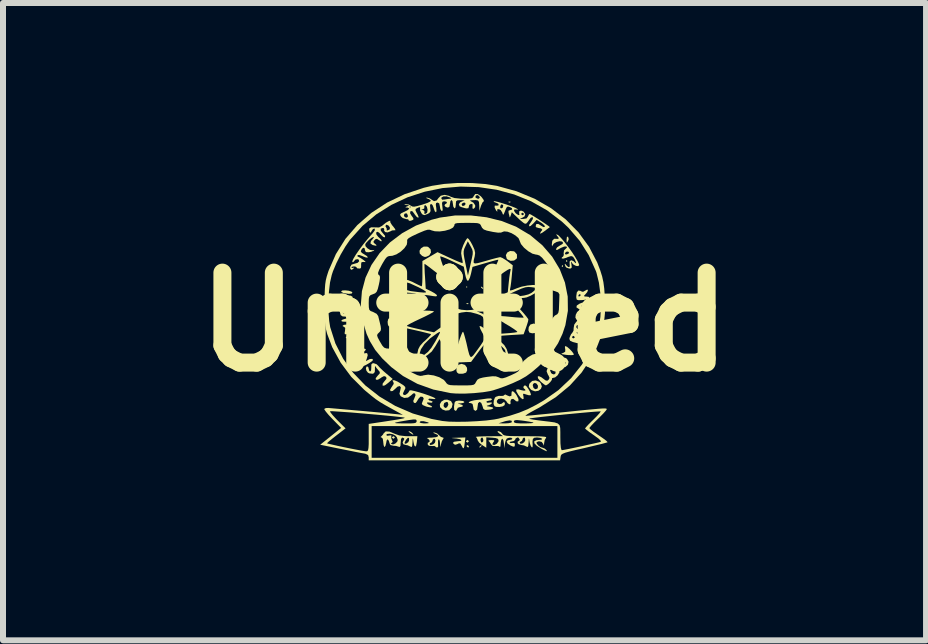
<source format=kicad_pcb>
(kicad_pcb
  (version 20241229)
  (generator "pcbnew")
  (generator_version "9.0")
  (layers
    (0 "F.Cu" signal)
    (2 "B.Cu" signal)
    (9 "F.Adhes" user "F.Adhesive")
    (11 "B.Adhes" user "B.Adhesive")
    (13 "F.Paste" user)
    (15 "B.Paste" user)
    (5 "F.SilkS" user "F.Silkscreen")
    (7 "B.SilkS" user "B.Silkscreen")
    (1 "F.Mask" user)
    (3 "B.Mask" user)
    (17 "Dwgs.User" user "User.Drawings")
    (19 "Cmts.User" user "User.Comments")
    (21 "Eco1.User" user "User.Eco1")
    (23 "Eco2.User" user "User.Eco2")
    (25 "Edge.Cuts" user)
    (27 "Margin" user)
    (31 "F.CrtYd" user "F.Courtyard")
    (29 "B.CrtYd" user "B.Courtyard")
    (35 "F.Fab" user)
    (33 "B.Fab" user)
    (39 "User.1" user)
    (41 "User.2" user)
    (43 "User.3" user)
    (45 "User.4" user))
  (footprint "Untitled"
    (layer "F.Cu")
    (at 4.693 2.316)
    (property "Reference" "Untitled" (at 0 0 0) (layer "F.SilkS") (effects (font (size 1.5 1.5) (thickness 0.3))))
    (attr board_only exclude_from_pos_files exclude_from_bom)
    (fp_poly (pts (xy 0.048 -0.582) (xy 0.036 -0.572) (xy 0.024 -0.582) (xy 0.036 -0.593)) (stroke (width 0) (type solid)) (fill yes) (layer "F.SilkS"))
    (fp_poly (pts (xy 0.363 -0.54) (xy 0.351 -0.529) (xy 0.339 -0.54) (xy 0.351 -0.55)) (stroke (width 0) (type solid)) (fill yes) (layer "F.SilkS"))
    (fp_poly (pts (xy 0.363 -0.243) (xy 0.351 -0.233) (xy 0.339 -0.243) (xy 0.351 -0.254)) (stroke (width 0) (type solid)) (fill yes) (layer "F.SilkS"))
    (fp_poly (pts (xy 0.065 -0.31) (xy 0.061 -0.298) (xy 0.048 -0.296) (xy 0.028 -0.304) (xy 0.032 -0.31) (xy 0.061 -0.313)) (stroke (width 0) (type solid)) (fill yes) (layer "F.SilkS"))
    (fp_poly (pts (xy 0.306 -0.289) (xy 0.309 -0.264) (xy 0.306 -0.261) (xy 0.292 -0.264) (xy 0.29 -0.275) (xy 0.299 -0.293)) (stroke (width 0) (type solid)) (fill yes) (layer "F.SilkS"))
    (fp_poly (pts (xy 0.766 -2.004) (xy 0.763 -1.991) (xy 0.75 -1.99) (xy 0.73 -1.997) (xy 0.734 -2.004) (xy 0.762 -2.006)) (stroke (width 0) (type solid)) (fill yes) (layer "F.SilkS"))
    (fp_poly (pts (xy 1.637 -0.945) (xy 1.64 -0.92) (xy 1.637 -0.917) (xy 1.623 -0.92) (xy 1.621 -0.931) (xy 1.63 -0.949)) (stroke (width 0) (type solid)) (fill yes) (layer "F.SilkS"))
    (fp_poly (pts (xy 1.709 -1.03) (xy 1.712 -1.005) (xy 1.709 -1.002) (xy 1.695 -1.005) (xy 1.693 -1.016) (xy 1.702 -1.033)) (stroke (width 0) (type solid)) (fill yes) (layer "F.SilkS"))
    (fp_poly (pts (xy -0.891 1.835) (xy -0.871 1.852) (xy -0.85 1.879) (xy -0.864 1.877) (xy -0.906 1.851) (xy -0.932 1.828) (xy -0.927 1.82)) (stroke (width 0) (type solid)) (fill yes) (layer "F.SilkS"))
    (fp_poly (pts (xy -0.18 -0.303) (xy -0.184 -0.287) (xy -0.204 -0.257) (xy -0.216 -0.262) (xy -0.218 -0.274) (xy -0.2 -0.303) (xy -0.194 -0.307)) (stroke (width 0) (type solid)) (fill yes) (layer "F.SilkS"))
    (fp_poly (pts (xy 0.287 -0.584) (xy 0.312 -0.564) (xy 0.314 -0.56) (xy 0.303 -0.551) (xy 0.279 -0.57) (xy 0.276 -0.575) (xy 0.273 -0.589)) (stroke (width 0) (type solid)) (fill yes) (layer "F.SilkS"))
    (fp_poly (pts (xy -1.162 1.921) (xy -1.161 1.926) (xy -1.18 1.947) (xy -1.185 1.947) (xy -1.209 1.931) (xy -1.21 1.926) (xy -1.191 1.906) (xy -1.185 1.905)) (stroke (width 0) (type solid)) (fill yes) (layer "F.SilkS"))
    (fp_poly (pts (xy -0.177 -0.579) (xy -0.181 -0.572) (xy -0.204 -0.551) (xy -0.208 -0.55) (xy -0.21 -0.564) (xy -0.206 -0.572) (xy -0.183 -0.592) (xy -0.179 -0.593)) (stroke (width 0) (type solid)) (fill yes) (layer "F.SilkS"))
    (fp_poly (pts (xy 0.072 2.069) (xy 0.073 2.074) (xy 0.064 2.095) (xy 0.062 2.095) (xy 0.041 2.081) (xy 0.036 2.074) (xy 0.038 2.055) (xy 0.047 2.053)) (stroke (width 0) (type solid)) (fill yes) (layer "F.SilkS"))
    (fp_poly (pts (xy 0.072 1.985) (xy 0.073 1.99) (xy 0.054 2.01) (xy 0.048 2.011) (xy 0.025 1.995) (xy 0.024 1.99) (xy 0.043 1.969) (xy 0.048 1.968)) (stroke (width 0) (type solid)) (fill yes) (layer "F.SilkS"))
    (fp_poly (pts (xy 0.283 2.067) (xy 0.278 2.074) (xy 0.255 2.095) (xy 0.251 2.095) (xy 0.249 2.082) (xy 0.254 2.074) (xy 0.277 2.054) (xy 0.281 2.053)) (stroke (width 0) (type solid)) (fill yes) (layer "F.SilkS"))
    (fp_poly (pts (xy 1.726 -1.42) (xy 1.737 -1.381) (xy 1.726 -1.351) (xy 1.709 -1.323) (xy 1.703 -1.329) (xy 1.701 -1.372) (xy 1.707 -1.417) (xy 1.724 -1.421)) (stroke (width 0) (type solid)) (fill yes) (layer "F.SilkS"))
    (fp_poly (pts (xy 0.42 -0.426) (xy 0.403 -0.385) (xy 0.378 -0.35) (xy 0.359 -0.339) (xy 0.339 -0.346) (xy 0.339 -0.347) (xy 0.35 -0.376) (xy 0.374 -0.414) (xy 0.401 -0.444) (xy 0.418 -0.453)) (stroke (width 0) (type solid)) (fill yes) (layer "F.SilkS"))
    (fp_poly (pts (xy -1.932 -0.52) (xy -1.886 -0.506) (xy -1.869 -0.492) (xy -1.88 -0.473) (xy -1.928 -0.468) (xy -2 -0.477) (xy -2.014 -0.48) (xy -2.05 -0.498) (xy -2.056 -0.511) (xy -2.036 -0.524) (xy -1.989 -0.526)) (stroke (width 0) (type solid)) (fill yes) (layer "F.SilkS"))
    (fp_poly (pts (xy -0.292 -0.427) (xy -0.281 -0.407) (xy -0.26 -0.361) (xy -0.252 -0.344) (xy -0.252 -0.32) (xy -0.26 -0.318) (xy -0.285 -0.335) (xy -0.311 -0.371) (xy -0.334 -0.419) (xy -0.335 -0.44) (xy -0.317 -0.445)) (stroke (width 0) (type solid)) (fill yes) (layer "F.SilkS"))
    (fp_poly (pts (xy -1.85 -0.054) (xy -1.844 -0.037) (xy -1.87 -0.021) (xy -1.922 -0.009) (xy -1.982 -0.003) (xy -2.033 -0.005) (xy -2.056 -0.016) (xy -2.056 -0.017) (xy -2.034 -0.038) (xy -1.979 -0.055) (xy -1.905 -0.063) (xy -1.891 -0.063)) (stroke (width 0) (type solid)) (fill yes) (layer "F.SilkS"))
    (fp_poly (pts (xy -1.645 0.454) (xy -1.655 0.478) (xy -1.696 0.508) (xy -1.716 0.518) (xy -1.791 0.546) (xy -1.831 0.545) (xy -1.838 0.53) (xy -1.819 0.508) (xy -1.773 0.48) (xy -1.718 0.456) (xy -1.673 0.445) (xy -1.67 0.445)) (stroke (width 0) (type solid)) (fill yes) (layer "F.SilkS"))
    (fp_poly (pts (xy 0.008 0.717) (xy 0.041 0.763) (xy 0.044 0.808) (xy 0.026 0.845) (xy -0.022 0.862) (xy -0.042 0.864) (xy -0.098 0.863) (xy -0.125 0.842) (xy -0.135 0.816) (xy -0.134 0.756) (xy -0.1 0.713) (xy -0.048 0.699)) (stroke (width 0) (type solid)) (fill yes) (layer "F.SilkS"))
    (fp_poly (pts (xy 0.818 -1.178) (xy 0.837 -1.169) (xy 0.874 -1.125) (xy 0.874 -1.068) (xy 0.867 -1.053) (xy 0.826 -1.023) (xy 0.769 -1.018) (xy 0.717 -1.04) (xy 0.702 -1.058) (xy 0.689 -1.113) (xy 0.712 -1.157) (xy 0.759 -1.182)) (stroke (width 0) (type solid)) (fill yes) (layer "F.SilkS"))
    (fp_poly (pts (xy -0.605 -1.249) (xy -0.566 -1.211) (xy -0.559 -1.159) (xy -0.584 -1.114) (xy -0.603 -1.101) (xy -0.644 -1.084) (xy -0.672 -1.085) (xy -0.708 -1.102) (xy -0.746 -1.14) (xy -0.75 -1.186) (xy -0.726 -1.227) (xy -0.681 -1.255) (xy -0.625 -1.256)) (stroke (width 0) (type solid)) (fill yes) (layer "F.SilkS"))
    (fp_poly (pts (xy 1.202 0.041) (xy 1.239 0.076) (xy 1.251 0.121) (xy 1.233 0.16) (xy 1.188 0.183) (xy 1.129 0.19) (xy 1.083 0.178) (xy 1.081 0.176) (xy 1.065 0.138) (xy 1.071 0.086) (xy 1.097 0.045) (xy 1.1 0.043) (xy 1.152 0.027)) (stroke (width 0) (type solid)) (fill yes) (layer "F.SilkS"))
    (fp_poly (pts (xy -1.155 -0.075) (xy -1.108 -0.047) (xy -1.088 -0.003) (xy -1.104 0.045) (xy -1.118 0.059) (xy -1.164 0.079) (xy -1.222 0.084) (xy -1.266 0.071) (xy -1.266 0.071) (xy -1.278 0.041) (xy -1.282 -0.003) (xy -1.271 -0.051) (xy -1.229 -0.074) (xy -1.221 -0.076)) (stroke (width 0) (type solid)) (fill yes) (layer "F.SilkS"))
    (fp_poly (pts (xy 1.71 0.416) (xy 1.75 0.45) (xy 1.79 0.492) (xy 1.817 0.529) (xy 1.821 0.549) (xy 1.788 0.554) (xy 1.725 0.552) (xy 1.693 0.549) (xy 1.631 0.539) (xy 1.612 0.531) (xy 1.632 0.521) (xy 1.639 0.519) (xy 1.678 0.497) (xy 1.68 0.457) (xy 1.678 0.453) (xy 1.673 0.415) (xy 1.681 0.402)) (stroke (width 0) (type solid)) (fill yes) (layer "F.SilkS"))
    (fp_poly (pts (xy -0.023 1.319) (xy -0.001 1.335) (xy -0.019 1.35) (xy -0.067 1.358) (xy -0.108 1.36) (xy -0.104 1.365) (xy -0.079 1.37) (xy -0.034 1.386) (xy -0.028 1.406) (xy -0.061 1.418) (xy -0.073 1.418) (xy -0.112 1.431) (xy -0.121 1.45) (xy -0.138 1.478) (xy -0.152 1.482) (xy -0.172 1.465) (xy -0.175 1.414) (xy -0.173 1.397) (xy -0.165 1.343) (xy -0.145 1.319) (xy -0.101 1.312) (xy -0.082 1.312)) (stroke (width 0) (type solid)) (fill yes) (layer "F.SilkS"))
    (fp_poly (pts (xy -0.225 1.32) (xy -0.199 1.368) (xy -0.212 1.427) (xy -0.256 1.472) (xy -0.317 1.478) (xy -0.369 1.459) (xy -0.408 1.42) (xy -0.41 1.392) (xy -0.35 1.392) (xy -0.344 1.414) (xy -0.321 1.435) (xy -0.292 1.423) (xy -0.272 1.385) (xy -0.27 1.379) (xy -0.277 1.341) (xy -0.299 1.333) (xy -0.338 1.351) (xy -0.35 1.392) (xy -0.41 1.392) (xy -0.411 1.372) (xy -0.385 1.327) (xy -0.337 1.298) (xy -0.288 1.295)) (stroke (width 0) (type solid)) (fill yes) (layer "F.SilkS"))
    (fp_poly (pts (xy 0.005 2.006) (xy -0.004 2.075) (xy -0.014 2.106) (xy -0.028 2.101) (xy -0.046 2.067) (xy -0.069 2.027) (xy -0.093 2.023) (xy -0.108 2.032) (xy -0.149 2.047) (xy -0.168 2.043) (xy -0.194 2.018) (xy -0.176 1.998) (xy -0.121 1.99) (xy -0.121 1.99) (xy -0.064 1.984) (xy -0.05 1.971) (xy -0.075 1.955) (xy -0.135 1.943) (xy -0.151 1.942) (xy -0.204 1.937) (xy -0.215 1.934) (xy -0.182 1.932) (xy -0.12 1.93) (xy 0.014 1.926)) (stroke (width 0) (type solid)) (fill yes) (layer "F.SilkS"))
    (fp_poly (pts (xy -1.895 -0.437) (xy -1.863 -0.416) (xy -1.876 -0.384) (xy -1.917 -0.353) (xy -1.972 -0.32) (xy -1.917 -0.319) (xy -1.869 -0.312) (xy -1.861 -0.3) (xy -1.886 -0.286) (xy -1.938 -0.277) (xy -1.972 -0.275) (xy -2.045 -0.28) (xy -2.077 -0.295) (xy -2.08 -0.305) (xy -2.06 -0.336) (xy -2.032 -0.349) (xy -1.993 -0.368) (xy -1.984 -0.382) (xy -2.004 -0.398) (xy -2.032 -0.402) (xy -2.071 -0.411) (xy -2.08 -0.423) (xy -2.059 -0.436) (xy -2.004 -0.444) (xy -1.972 -0.445)) (stroke (width 0) (type solid)) (fill yes) (layer "F.SilkS"))
    (fp_poly (pts (xy 1.035 1.075) (xy 1.064 1.116) (xy 1.091 1.164) (xy 1.106 1.205) (xy 1.105 1.221) (xy 1.074 1.223) (xy 1.028 1.21) (xy 0.985 1.196) (xy 0.975 1.208) (xy 0.982 1.239) (xy 0.986 1.28) (xy 0.969 1.289) (xy 0.937 1.265) (xy 0.896 1.214) (xy 0.863 1.156) (xy 0.863 1.127) (xy 0.899 1.124) (xy 0.944 1.137) (xy 0.994 1.147) (xy 1.018 1.139) (xy 1.005 1.119) (xy 0.991 1.111) (xy 0.979 1.086) (xy 0.996 1.062) (xy 1.012 1.058)) (stroke (width 0) (type solid)) (fill yes) (layer "F.SilkS"))
    (fp_poly (pts (xy 1.246 0.998) (xy 1.268 1.02) (xy 1.289 1.073) (xy 1.273 1.117) (xy 1.231 1.148) (xy 1.176 1.157) (xy 1.119 1.137) (xy 1.102 1.123) (xy 1.072 1.082) (xy 1.075 1.055) (xy 1.137 1.055) (xy 1.15 1.1) (xy 1.179 1.122) (xy 1.212 1.112) (xy 1.22 1.103) (xy 1.225 1.065) (xy 1.202 1.029) (xy 1.171 1.016) (xy 1.143 1.033) (xy 1.137 1.055) (xy 1.075 1.055) (xy 1.078 1.04) (xy 1.084 1.026) (xy 1.128 0.984) (xy 1.187 0.975)) (stroke (width 0) (type solid)) (fill yes) (layer "F.SilkS"))
    (fp_poly (pts (xy -1.882 -0.249) (xy -1.866 -0.226) (xy -1.867 -0.178) (xy -1.867 -0.175) (xy -1.876 -0.122) (xy -1.899 -0.098) (xy -1.952 -0.09) (xy -1.962 -0.089) (xy -2.03 -0.091) (xy -2.062 -0.112) (xy -2.065 -0.117) (xy -2.076 -0.159) (xy -2.03 -0.159) (xy -2.015 -0.14) (xy -1.975 -0.13) (xy -1.933 -0.145) (xy -1.917 -0.164) (xy -1.929 -0.185) (xy -1.97 -0.191) (xy -2.021 -0.182) (xy -2.03 -0.159) (xy -2.076 -0.159) (xy -2.081 -0.181) (xy -2.059 -0.221) (xy -2.005 -0.241) (xy -1.925 -0.253)) (stroke (width 0) (type solid)) (fill yes) (layer "F.SilkS"))
    (fp_poly (pts (xy -1.78 0.2) (xy -1.781 0.235) (xy -1.807 0.275) (xy -1.831 0.308) (xy -1.824 0.315) (xy -1.795 0.308) (xy -1.747 0.303) (xy -1.732 0.317) (xy -1.751 0.342) (xy -1.801 0.369) (xy -1.804 0.37) (xy -1.866 0.392) (xy -1.898 0.4) (xy -1.913 0.395) (xy -1.923 0.382) (xy -1.921 0.351) (xy -1.899 0.31) (xy -1.875 0.275) (xy -1.884 0.265) (xy -1.922 0.27) (xy -1.971 0.272) (xy -1.981 0.259) (xy -1.955 0.236) (xy -1.896 0.209) (xy -1.888 0.207) (xy -1.816 0.19)) (stroke (width 0) (type solid)) (fill yes) (layer "F.SilkS"))
    (fp_poly (pts (xy -1.9 0.045) (xy -1.853 0.055) (xy -1.818 0.081) (xy -1.827 0.116) (xy -1.879 0.158) (xy -1.896 0.168) (xy -1.96 0.2) (xy -1.992 0.207) (xy -1.999 0.188) (xy -1.992 0.148) (xy -1.989 0.106) (xy -1.935 0.106) (xy -1.917 0.126) (xy -1.911 0.127) (xy -1.888 0.111) (xy -1.887 0.106) (xy -1.905 0.085) (xy -1.911 0.085) (xy -1.935 0.101) (xy -1.935 0.106) (xy -1.989 0.106) (xy -1.989 0.1) (xy -2.005 0.085) (xy -2.031 0.07) (xy -2.032 0.064) (xy -2.011 0.049) (xy -1.961 0.043)) (stroke (width 0) (type solid)) (fill yes) (layer "F.SilkS"))
    (fp_poly (pts (xy -1.613 0.553) (xy -1.631 0.618) (xy -1.634 0.624) (xy -1.643 0.653) (xy -1.627 0.646) (xy -1.619 0.64) (xy -1.577 0.618) (xy -1.539 0.616) (xy -1.524 0.633) (xy -1.542 0.654) (xy -1.587 0.685) (xy -1.64 0.716) (xy -1.686 0.737) (xy -1.702 0.741) (xy -1.716 0.724) (xy -1.718 0.708) (xy -1.706 0.663) (xy -1.692 0.632) (xy -1.677 0.603) (xy -1.692 0.603) (xy -1.718 0.614) (xy -1.768 0.63) (xy -1.785 0.62) (xy -1.768 0.591) (xy -1.73 0.559) (xy -1.664 0.522) (xy -1.624 0.52)) (stroke (width 0) (type solid)) (fill yes) (layer "F.SilkS"))
    (fp_poly (pts (xy 2.057 -0.529) (xy 2.046 -0.498) (xy 2.016 -0.462) (xy 1.99 -0.433) (xy 2.003 -0.424) (xy 2.03 -0.423) (xy 2.073 -0.417) (xy 2.077 -0.401) (xy 2.051 -0.383) (xy 2 -0.368) (xy 1.964 -0.364) (xy 1.9 -0.362) (xy 1.871 -0.371) (xy 1.863 -0.403) (xy 1.863 -0.431) (xy 1.865 -0.445) (xy 1.899 -0.445) (xy 1.901 -0.425) (xy 1.91 -0.423) (xy 1.934 -0.439) (xy 1.935 -0.445) (xy 1.927 -0.465) (xy 1.925 -0.466) (xy 1.904 -0.451) (xy 1.899 -0.445) (xy 1.865 -0.445) (xy 1.872 -0.492) (xy 1.897 -0.523) (xy 1.932 -0.518) (xy 1.942 -0.511) (xy 1.975 -0.501) (xy 2.012 -0.522) (xy 2.046 -0.54)) (stroke (width 0) (type solid)) (fill yes) (layer "F.SilkS"))
    (fp_poly (pts (xy -0.15 -0.229) (xy -0.133 -0.223) (xy -0.053 -0.203) (xy 0.039 -0.195) (xy 0.123 -0.2) (xy 0.169 -0.211) (xy 0.213 -0.224) (xy 0.24 -0.22) (xy 0.238 -0.204) (xy 0.221 -0.192) (xy 0.212 -0.176) (xy 0.247 -0.158) (xy 0.264 -0.152) (xy 0.316 -0.13) (xy 0.334 -0.095) (xy 0.335 -0.059) (xy 0.332 -0.017) (xy 0.328 -0.014) (xy 0.322 -0.046) (xy 0.305 -0.085) (xy 0.265 -0.113) (xy 0.2 -0.136) (xy 0.104 -0.161) (xy 0.029 -0.167) (xy -0.05 -0.157) (xy -0.1 -0.145) (xy -0.164 -0.122) (xy -0.19 -0.094) (xy -0.194 -0.072) (xy -0.203 -0.029) (xy -0.218 -0.011) (xy -0.234 -0.019) (xy -0.242 -0.062) (xy -0.242 -0.071) (xy -0.235 -0.123) (xy -0.209 -0.148) (xy -0.179 -0.157) (xy -0.137 -0.171) (xy -0.136 -0.19) (xy -0.149 -0.206) (xy -0.168 -0.23)) (stroke (width 0) (type solid)) (fill yes) (layer "F.SilkS"))
    (fp_poly (pts (xy 0.46 1.289) (xy 0.439 1.308) (xy 0.411 1.312) (xy 0.372 1.322) (xy 0.363 1.335) (xy 0.382 1.348) (xy 0.411 1.344) (xy 0.451 1.341) (xy 0.457 1.356) (xy 0.431 1.377) (xy 0.405 1.387) (xy 0.37 1.399) (xy 0.377 1.406) (xy 0.417 1.412) (xy 0.471 1.426) (xy 0.479 1.442) (xy 0.443 1.458) (xy 0.399 1.464) (xy 0.342 1.467) (xy 0.315 1.451) (xy 0.3 1.405) (xy 0.3 1.403) (xy 0.278 1.349) (xy 0.25 1.333) (xy 0.226 1.355) (xy 0.218 1.408) (xy 0.21 1.462) (xy 0.185 1.482) (xy 0.181 1.482) (xy 0.153 1.463) (xy 0.145 1.418) (xy 0.134 1.368) (xy 0.109 1.355) (xy 0.072 1.349) (xy 0.073 1.336) (xy 0.107 1.32) (xy 0.164 1.306) (xy 0.187 1.303) (xy 0.276 1.292) (xy 0.359 1.28) (xy 0.381 1.277) (xy 0.44 1.275)) (stroke (width 0) (type solid)) (fill yes) (layer "F.SilkS"))
    (fp_poly (pts (xy 0.82 1.164) (xy 0.854 1.201) (xy 0.87 1.226) (xy 0.899 1.286) (xy 0.898 1.319) (xy 0.892 1.325) (xy 0.859 1.322) (xy 0.843 1.306) (xy 0.81 1.282) (xy 0.778 1.29) (xy 0.765 1.323) (xy 0.767 1.335) (xy 0.767 1.369) (xy 0.746 1.373) (xy 0.716 1.351) (xy 0.698 1.324) (xy 0.661 1.289) (xy 0.609 1.276) (xy 0.562 1.286) (xy 0.537 1.318) (xy 0.547 1.353) (xy 0.582 1.371) (xy 0.62 1.363) (xy 0.63 1.353) (xy 0.656 1.335) (xy 0.673 1.35) (xy 0.669 1.385) (xy 0.669 1.386) (xy 0.638 1.407) (xy 0.582 1.418) (xy 0.527 1.416) (xy 0.5 1.404) (xy 0.484 1.366) (xy 0.488 1.312) (xy 0.506 1.264) (xy 0.52 1.249) (xy 0.572 1.232) (xy 0.603 1.234) (xy 0.646 1.232) (xy 0.66 1.22) (xy 0.679 1.209) (xy 0.709 1.224) (xy 0.752 1.241) (xy 0.782 1.23) (xy 0.783 1.197) (xy 0.783 1.197) (xy 0.786 1.164) (xy 0.796 1.155)) (stroke (width 0) (type solid)) (fill yes) (layer "F.SilkS"))
    (fp_poly (pts (xy -1.466 0.705) (xy -1.442 0.728) (xy -1.411 0.763) (xy -1.357 0.815) (xy -1.306 0.859) (xy -1.197 0.951) (xy -1.273 1.017) (xy -1.328 1.058) (xy -1.36 1.064) (xy -1.366 1.059) (xy -1.364 1.027) (xy -1.333 0.987) (xy -1.301 0.948) (xy -1.305 0.921) (xy -1.311 0.914) (xy -1.341 0.903) (xy -1.381 0.923) (xy -1.394 0.934) (xy -1.445 0.964) (xy -1.477 0.963) (xy -1.481 0.939) (xy -1.449 0.898) (xy -1.414 0.86) (xy -1.412 0.834) (xy -1.432 0.81) (xy -1.469 0.766) (xy -1.484 0.741) (xy -1.492 0.738) (xy -1.494 0.769) (xy -1.493 0.783) (xy -1.496 0.836) (xy -1.518 0.86) (xy -1.531 0.864) (xy -1.586 0.858) (xy -1.61 0.846) (xy -1.636 0.812) (xy -1.644 0.773) (xy -1.634 0.745) (xy -1.621 0.741) (xy -1.601 0.759) (xy -1.597 0.783) (xy -1.586 0.818) (xy -1.572 0.826) (xy -1.557 0.807) (xy -1.554 0.762) (xy -1.554 0.757) (xy -1.553 0.708) (xy -1.533 0.69) (xy -1.515 0.688)) (stroke (width 0) (type solid)) (fill yes) (layer "F.SilkS"))
    (fp_poly (pts (xy -0.457 1.858) (xy -0.43 1.884) (xy -0.393 1.917) (xy -0.366 1.926) (xy -0.346 1.934) (xy -0.358 1.953) (xy -0.379 1.992) (xy -0.393 2.043) (xy -0.4 2.079) (xy -0.404 2.077) (xy -0.407 2.036) (xy -0.408 2.025) (xy -0.414 1.977) (xy -0.427 1.955) (xy -0.431 1.956) (xy -0.442 1.982) (xy -0.441 2.03) (xy -0.441 2.031) (xy -0.44 2.079) (xy -0.457 2.095) (xy -0.483 2.083) (xy -0.484 2.077) (xy -0.504 2.067) (xy -0.541 2.069) (xy -0.594 2.064) (xy -0.613 2.044) (xy -0.613 2.032) (xy -0.581 2.032) (xy -0.575 2.051) (xy -0.547 2.048) (xy -0.522 2.04) (xy -0.495 2.017) (xy -0.484 1.981) (xy -0.493 1.953) (xy -0.508 1.947) (xy -0.529 1.964) (xy -0.532 1.979) (xy -0.545 2.007) (xy -0.556 2.011) (xy -0.58 2.027) (xy -0.581 2.032) (xy -0.613 2.032) (xy -0.614 2.016) (xy -0.604 2.011) (xy -0.582 1.998) (xy -0.585 1.97) (xy -0.611 1.945) (xy -0.623 1.941) (xy -0.627 1.935) (xy -0.59 1.93) (xy -0.55 1.929) (xy -0.474 1.921) (xy -0.439 1.905) (xy -0.447 1.884) (xy -0.49 1.863) (xy -0.523 1.849) (xy -0.511 1.843) (xy -0.502 1.843)) (stroke (width 0) (type solid)) (fill yes) (layer "F.SilkS"))
    (fp_poly (pts (xy 1.611 0.579) (xy 1.607 0.608) (xy 1.593 0.632) (xy 1.574 0.673) (xy 1.59 0.701) (xy 1.629 0.714) (xy 1.672 0.706) (xy 1.693 0.681) (xy 1.693 0.679) (xy 1.676 0.666) (xy 1.657 0.67) (xy 1.626 0.67) (xy 1.627 0.643) (xy 1.644 0.614) (xy 1.666 0.594) (xy 1.694 0.606) (xy 1.709 0.618) (xy 1.735 0.665) (xy 1.723 0.714) (xy 1.682 0.751) (xy 1.631 0.762) (xy 1.586 0.768) (xy 1.58 0.79) (xy 1.582 0.797) (xy 1.581 0.841) (xy 1.552 0.89) (xy 1.51 0.925) (xy 1.483 0.931) (xy 1.457 0.938) (xy 1.46 0.946) (xy 1.455 0.967) (xy 1.429 1.003) (xy 1.392 1.038) (xy 1.36 1.057) (xy 1.355 1.058) (xy 1.33 1.044) (xy 1.287 1.01) (xy 1.272 0.997) (xy 1.229 0.947) (xy 1.219 0.914) (xy 1.237 0.903) (xy 1.28 0.922) (xy 1.305 0.941) (xy 1.351 0.975) (xy 1.379 0.981) (xy 1.401 0.965) (xy 1.417 0.934) (xy 1.401 0.895) (xy 1.391 0.881) (xy 1.368 0.822) (xy 1.371 0.811) (xy 1.427 0.811) (xy 1.443 0.849) (xy 1.456 0.864) (xy 1.492 0.876) (xy 1.517 0.857) (xy 1.517 0.819) (xy 1.516 0.816) (xy 1.488 0.79) (xy 1.452 0.785) (xy 1.429 0.802) (xy 1.427 0.811) (xy 1.371 0.811) (xy 1.384 0.773) (xy 1.434 0.744) (xy 1.466 0.741) (xy 1.51 0.735) (xy 1.516 0.71) (xy 1.513 0.701) (xy 1.518 0.654) (xy 1.546 0.611) (xy 1.587 0.578)) (stroke (width 0) (type solid)) (fill yes) (layer "F.SilkS"))
    (fp_poly (pts (xy -1.171 0.972) (xy -1.12 0.993) (xy -1.076 1.019) (xy -1.015 1.058) (xy -0.988 1.085) (xy -0.987 1.111) (xy -1.005 1.145) (xy -1.026 1.192) (xy -1.015 1.217) (xy -1.012 1.219) (xy -0.98 1.215) (xy -0.942 1.185) (xy -0.914 1.141) (xy -0.89 1.14) (xy -0.834 1.152) (xy -0.758 1.173) (xy -0.673 1.199) (xy -0.592 1.227) (xy -0.526 1.253) (xy -0.489 1.272) (xy -0.484 1.278) (xy -0.504 1.287) (xy -0.544 1.282) (xy -0.59 1.279) (xy -0.605 1.291) (xy -0.585 1.31) (xy -0.568 1.312) (xy -0.536 1.325) (xy -0.532 1.335) (xy -0.551 1.348) (xy -0.581 1.344) (xy -0.62 1.341) (xy -0.626 1.356) (xy -0.598 1.38) (xy -0.576 1.39) (xy -0.541 1.41) (xy -0.544 1.422) (xy -0.575 1.424) (xy -0.626 1.414) (xy -0.647 1.407) (xy -0.698 1.385) (xy -0.712 1.362) (xy -0.698 1.324) (xy -0.697 1.322) (xy -0.68 1.279) (xy -0.692 1.255) (xy -0.703 1.248) (xy -0.735 1.246) (xy -0.767 1.28) (xy -0.771 1.287) (xy -0.8 1.334) (xy -0.818 1.353) (xy -0.835 1.35) (xy -0.845 1.345) (xy -0.855 1.318) (xy -0.835 1.27) (xy -0.816 1.22) (xy -0.826 1.191) (xy -0.854 1.191) (xy -0.89 1.224) (xy -0.942 1.261) (xy -1.006 1.267) (xy -1.063 1.24) (xy -1.066 1.237) (xy -1.085 1.199) (xy -1.073 1.147) (xy -1.072 1.143) (xy -1.061 1.091) (xy -1.079 1.069) (xy -1.117 1.079) (xy -1.156 1.116) (xy -1.197 1.151) (xy -1.23 1.155) (xy -1.23 1.155) (xy -1.242 1.133) (xy -1.218 1.09) (xy -1.21 1.079) (xy -1.18 1.032) (xy -1.185 1.006) (xy -1.185 1.005) (xy -1.2 0.98) (xy -1.196 0.972)) (stroke (width 0) (type solid)) (fill yes) (layer "F.SilkS"))
    (fp_poly (pts (xy 1.567 -1.442) (xy 1.613 -1.394) (xy 1.671 -1.326) (xy 1.733 -1.245) (xy 1.794 -1.16) (xy 1.847 -1.078) (xy 1.888 -1.008) (xy 1.909 -0.959) (xy 1.911 -0.947) (xy 1.895 -0.93) (xy 1.858 -0.934) (xy 1.818 -0.954) (xy 1.795 -0.979) (xy 1.778 -1.006) (xy 1.775 -0.998) (xy 1.782 -0.958) (xy 1.788 -0.91) (xy 1.773 -0.892) (xy 1.747 -0.889) (xy 1.701 -0.904) (xy 1.684 -0.922) (xy 1.67 -0.962) (xy 1.676 -0.97) (xy 1.695 -0.947) (xy 1.729 -0.914) (xy 1.752 -0.917) (xy 1.754 -0.954) (xy 1.752 -0.961) (xy 1.752 -1.008) (xy 1.776 -1.029) (xy 1.814 -1.015) (xy 1.827 -1.002) (xy 1.855 -0.977) (xy 1.86 -0.987) (xy 1.843 -1.029) (xy 1.835 -1.047) (xy 1.809 -1.086) (xy 1.777 -1.098) (xy 1.727 -1.083) (xy 1.692 -1.068) (xy 1.645 -1.055) (xy 1.619 -1.059) (xy 1.623 -1.076) (xy 1.643 -1.089) (xy 1.655 -1.116) (xy 1.652 -1.144) (xy 1.652 -1.146) (xy 1.674 -1.146) (xy 1.681 -1.125) (xy 1.704 -1.125) (xy 1.738 -1.142) (xy 1.743 -1.154) (xy 1.726 -1.173) (xy 1.695 -1.169) (xy 1.674 -1.146) (xy 1.652 -1.146) (xy 1.659 -1.193) (xy 1.682 -1.215) (xy 1.709 -1.241) (xy 1.697 -1.258) (xy 1.661 -1.256) (xy 1.607 -1.234) (xy 1.596 -1.228) (xy 1.547 -1.201) (xy 1.526 -1.203) (xy 1.524 -1.212) (xy 1.543 -1.243) (xy 1.584 -1.27) (xy 1.628 -1.296) (xy 1.645 -1.315) (xy 1.627 -1.34) (xy 1.585 -1.345) (xy 1.534 -1.332) (xy 1.49 -1.307) (xy 1.468 -1.276) (xy 1.46 -1.259) (xy 1.455 -1.283) (xy 1.455 -1.291) (xy 1.463 -1.354) (xy 1.494 -1.386) (xy 1.532 -1.385) (xy 1.566 -1.383) (xy 1.568 -1.405) (xy 1.543 -1.435) (xy 1.529 -1.456) (xy 1.537 -1.46)) (stroke (width 0) (type solid)) (fill yes) (layer "F.SilkS"))
    (fp_poly (pts (xy -1.251 1.828) (xy -1.167 1.863) (xy -1.088 1.892) (xy -0.984 1.904) (xy -0.937 1.905) (xy -0.786 1.905) (xy -0.795 2.002) (xy -0.806 2.061) (xy -0.821 2.079) (xy -0.838 2.057) (xy -0.852 1.996) (xy -0.853 1.99) (xy -0.859 1.949) (xy -0.863 1.945) (xy -0.866 1.981) (xy -0.867 2.01) (xy -0.872 2.066) (xy -0.883 2.086) (xy -0.9 2.079) (xy -0.949 2.056) (xy -0.971 2.053) (xy -1.019 2.04) (xy -1.028 2.018) (xy -1.001 2.018) (xy -0.991 2.03) (xy -0.972 2.028) (xy -0.937 2.004) (xy -0.924 1.974) (xy -0.925 1.934) (xy -0.944 1.931) (xy -0.973 1.962) (xy -0.984 1.981) (xy -1.001 2.018) (xy -1.028 2.018) (xy -1.032 2.007) (xy -1.018 1.982) (xy -1.004 1.951) (xy -1.008 1.94) (xy -1.04 1.927) (xy -1.059 1.954) (xy -1.064 2.012) (xy -1.068 2.067) (xy -1.082 2.085) (xy -1.095 2.081) (xy -1.141 2.067) (xy -1.185 2.064) (xy -1.234 2.053) (xy -1.246 2.032) (xy -1.26 1.987) (xy -1.271 1.968) (xy -1.287 1.957) (xy -1.299 1.98) (xy -1.306 2.018) (xy -1.318 2.065) (xy -1.332 2.085) (xy -1.337 2.083) (xy -1.349 2.053) (xy -1.355 2.001) (xy -1.355 1.997) (xy -1.363 1.946) (xy -1.384 1.926) (xy -1.385 1.926) (xy -1.401 1.919) (xy -1.389 1.91) (xy -1.366 1.885) (xy -1.306 1.885) (xy -1.287 1.898) (xy -1.255 1.894) (xy -1.219 1.889) (xy -1.22 1.902) (xy -1.222 1.937) (xy -1.21 1.968) (xy -1.196 2.002) (xy -1.21 2.011) (xy -1.225 2.024) (xy -1.222 2.032) (xy -1.192 2.043) (xy -1.153 2.027) (xy -1.122 1.997) (xy -1.113 1.969) (xy -1.129 1.922) (xy -1.151 1.896) (xy -1.194 1.873) (xy -1.247 1.863) (xy -1.291 1.868) (xy -1.306 1.885) (xy -1.366 1.885) (xy -1.359 1.878) (xy -1.348 1.857) (xy -1.313 1.825)) (stroke (width 0) (type solid)) (fill yes) (layer "F.SilkS"))
    (fp_poly (pts (xy 2.08 -0.33) (xy 2.08 -0.329) (xy 2.061 -0.296) (xy 2.05 -0.29) (xy 2.032 -0.275) (xy 2.045 -0.243) (xy 2.05 -0.236) (xy 2.076 -0.19) (xy 2.07 -0.172) (xy 2.029 -0.176) (xy 2.022 -0.178) (xy 1.981 -0.182) (xy 1.973 -0.162) (xy 1.978 -0.143) (xy 2.002 -0.098) (xy 2.024 -0.078) (xy 2.055 -0.051) (xy 2.041 -0.029) (xy 1.99 -0.019) (xy 1.953 -0.015) (xy 1.962 -0.007) (xy 1.965 -0.007) (xy 2.003 0.02) (xy 2.024 0.058) (xy 2.024 0.109) (xy 1.986 0.151) (xy 1.934 0.174) (xy 1.894 0.175) (xy 1.867 0.173) (xy 1.872 0.187) (xy 1.909 0.208) (xy 1.937 0.212) (xy 1.977 0.221) (xy 1.977 0.242) (xy 1.938 0.264) (xy 1.933 0.265) (xy 1.899 0.282) (xy 1.909 0.303) (xy 1.937 0.338) (xy 1.924 0.355) (xy 1.875 0.353) (xy 1.806 0.335) (xy 1.759 0.313) (xy 1.748 0.282) (xy 1.753 0.257) (xy 1.754 0.254) (xy 1.79 0.254) (xy 1.809 0.275) (xy 1.814 0.275) (xy 1.838 0.259) (xy 1.838 0.254) (xy 1.82 0.233) (xy 1.814 0.233) (xy 1.791 0.249) (xy 1.79 0.254) (xy 1.754 0.254) (xy 1.775 0.207) (xy 1.797 0.18) (xy 1.817 0.145) (xy 1.819 0.103) (xy 1.822 0.085) (xy 1.861 0.085) (xy 1.88 0.114) (xy 1.918 0.124) (xy 1.957 0.11) (xy 1.972 0.084) (xy 1.951 0.057) (xy 1.917 0.046) (xy 1.873 0.055) (xy 1.861 0.085) (xy 1.822 0.085) (xy 1.829 0.045) (xy 1.853 0.011) (xy 1.879 -0.02) (xy 1.865 -0.041) (xy 1.865 -0.041) (xy 1.848 -0.072) (xy 1.852 -0.106) (xy 1.887 -0.106) (xy 1.905 -0.085) (xy 1.911 -0.085) (xy 1.935 -0.101) (xy 1.935 -0.106) (xy 1.917 -0.126) (xy 1.911 -0.127) (xy 1.888 -0.111) (xy 1.887 -0.106) (xy 1.852 -0.106) (xy 1.854 -0.119) (xy 1.877 -0.165) (xy 1.904 -0.188) (xy 1.928 -0.204) (xy 1.905 -0.217) (xy 1.902 -0.218) (xy 1.865 -0.243) (xy 1.869 -0.262) (xy 1.944 -0.262) (xy 1.947 -0.254) (xy 1.969 -0.234) (xy 1.973 -0.233) (xy 1.983 -0.249) (xy 1.984 -0.254) (xy 1.965 -0.274) (xy 1.958 -0.275) (xy 1.944 -0.262) (xy 1.869 -0.262) (xy 1.872 -0.274) (xy 1.919 -0.305) (xy 1.972 -0.325) (xy 2.038 -0.343) (xy 2.071 -0.344)) (stroke (width 0) (type solid)) (fill yes) (layer "F.SilkS"))
    (fp_poly (pts (xy 0.557 -2) (xy 0.629 -1.979) (xy 0.71 -1.953) (xy 0.787 -1.926) (xy 0.848 -1.901) (xy 0.881 -1.883) (xy 0.891 -1.869) (xy 0.865 -1.874) (xy 0.83 -1.875) (xy 0.825 -1.852) (xy 0.85 -1.815) (xy 0.857 -1.808) (xy 0.897 -1.781) (xy 0.916 -1.785) (xy 0.913 -1.799) (xy 0.943 -1.799) (xy 0.962 -1.779) (xy 0.968 -1.778) (xy 0.991 -1.794) (xy 0.992 -1.799) (xy 0.973 -1.82) (xy 0.968 -1.82) (xy 0.944 -1.804) (xy 0.943 -1.799) (xy 0.913 -1.799) (xy 0.911 -1.809) (xy 0.912 -1.844) (xy 0.941 -1.856) (xy 0.981 -1.841) (xy 1.013 -1.798) (xy 1 -1.758) (xy 0.962 -1.736) (xy 0.927 -1.723) (xy 0.935 -1.717) (xy 0.976 -1.716) (xy 1.033 -1.725) (xy 1.057 -1.757) (xy 1.074 -1.791) (xy 1.085 -1.799) (xy 1.109 -1.788) (xy 1.159 -1.758) (xy 1.223 -1.718) (xy 1.292 -1.673) (xy 1.356 -1.63) (xy 1.403 -1.597) (xy 1.422 -1.581) (xy 1.422 -1.58) (xy 1.402 -1.565) (xy 1.358 -1.532) (xy 1.336 -1.515) (xy 1.29 -1.483) (xy 1.262 -1.472) (xy 1.258 -1.476) (xy 1.276 -1.509) (xy 1.282 -1.514) (xy 1.297 -1.536) (xy 1.276 -1.558) (xy 1.232 -1.566) (xy 1.194 -1.578) (xy 1.185 -1.595) (xy 1.197 -1.632) (xy 1.231 -1.633) (xy 1.272 -1.607) (xy 1.315 -1.581) (xy 1.34 -1.584) (xy 1.332 -1.609) (xy 1.294 -1.643) (xy 1.279 -1.653) (xy 1.202 -1.701) (xy 1.146 -1.64) (xy 1.101 -1.599) (xy 1.076 -1.594) (xy 1.078 -1.62) (xy 1.111 -1.669) (xy 1.139 -1.715) (xy 1.141 -1.743) (xy 1.139 -1.745) (xy 1.11 -1.74) (xy 1.091 -1.72) (xy 1.052 -1.664) (xy 1.027 -1.638) (xy 1.005 -1.638) (xy 0.981 -1.653) (xy 0.934 -1.691) (xy 0.912 -1.711) (xy 0.874 -1.747) (xy 0.835 -1.784) (xy 0.788 -1.829) (xy 0.771 -1.777) (xy 0.758 -1.746) (xy 0.752 -1.746) (xy 0.744 -1.782) (xy 0.735 -1.815) (xy 0.732 -1.852) (xy 0.759 -1.863) (xy 0.794 -1.873) (xy 0.79 -1.896) (xy 0.76 -1.913) (xy 0.726 -1.923) (xy 0.707 -1.917) (xy 0.69 -1.886) (xy 0.675 -1.847) (xy 0.655 -1.798) (xy 0.643 -1.786) (xy 0.633 -1.807) (xy 0.63 -1.82) (xy 0.604 -1.863) (xy 0.574 -1.88) (xy 0.544 -1.876) (xy 0.546 -1.848) (xy 0.546 -1.836) (xy 0.527 -1.858) (xy 0.524 -1.862) (xy 0.502 -1.908) (xy 0.502 -1.912) (xy 0.593 -1.912) (xy 0.607 -1.892) (xy 0.634 -1.901) (xy 0.646 -1.935) (xy 0.641 -1.948) (xy 0.62 -1.961) (xy 0.603 -1.945) (xy 0.593 -1.912) (xy 0.502 -1.912) (xy 0.503 -1.937) (xy 0.526 -1.94) (xy 0.532 -1.937) (xy 0.562 -1.941) (xy 0.569 -1.948) (xy 0.563 -1.971) (xy 0.535 -1.983) (xy 0.494 -1.999) (xy 0.484 -2.011) (xy 0.504 -2.012)) (stroke (width 0) (type solid)) (fill yes) (layer "F.SilkS"))
    (fp_poly (pts (xy -1.239 -1.683) (xy -1.236 -1.658) (xy -1.209 -1.614) (xy -1.19 -1.592) (xy -1.157 -1.548) (xy -1.152 -1.528) (xy -1.161 -1.528) (xy -1.207 -1.525) (xy -1.236 -1.51) (xy -1.281 -1.492) (xy -1.321 -1.497) (xy -1.341 -1.521) (xy -1.338 -1.536) (xy -1.344 -1.562) (xy -1.364 -1.566) (xy -1.398 -1.554) (xy -1.395 -1.521) (xy -1.356 -1.472) (xy -1.353 -1.469) (xy -1.324 -1.433) (xy -1.326 -1.41) (xy -1.326 -1.41) (xy -1.354 -1.416) (xy -1.389 -1.45) (xy -1.389 -1.45) (xy -1.424 -1.488) (xy -1.452 -1.503) (xy -1.474 -1.489) (xy -1.468 -1.456) (xy -1.437 -1.416) (xy -1.427 -1.408) (xy -1.391 -1.372) (xy -1.379 -1.348) (xy -1.393 -1.344) (xy -1.424 -1.363) (xy -1.46 -1.386) (xy -1.485 -1.379) (xy -1.501 -1.363) (xy -1.52 -1.333) (xy -1.501 -1.308) (xy -1.488 -1.299) (xy -1.464 -1.277) (xy -1.48 -1.27) (xy -1.529 -1.281) (xy -1.534 -1.283) (xy -1.569 -1.309) (xy -1.559 -1.349) (xy -1.532 -1.379) (xy -1.511 -1.408) (xy -1.516 -1.418) (xy -1.548 -1.403) (xy -1.593 -1.367) (xy -1.636 -1.322) (xy -1.654 -1.297) (xy -1.652 -1.264) (xy -1.62 -1.228) (xy -1.575 -1.2) (xy -1.531 -1.195) (xy -1.528 -1.196) (xy -1.503 -1.2) (xy -1.512 -1.188) (xy -1.553 -1.17) (xy -1.597 -1.161) (xy -1.644 -1.164) (xy -1.657 -1.189) (xy -1.667 -1.231) (xy -1.691 -1.236) (xy -1.716 -1.208) (xy -1.729 -1.176) (xy -1.711 -1.15) (xy -1.67 -1.125) (xy -1.626 -1.097) (xy -1.611 -1.075) (xy -1.612 -1.073) (xy -1.641 -1.073) (xy -1.691 -1.092) (xy -1.696 -1.095) (xy -1.748 -1.114) (xy -1.782 -1.114) (xy -1.783 -1.113) (xy -1.783 -1.091) (xy -1.772 -1.086) (xy -1.733 -1.066) (xy -1.688 -1.035) (xy -1.652 -1.006) (xy -1.653 -0.997) (xy -1.681 -1) (xy -1.716 -0.996) (xy -1.724 -0.967) (xy -1.723 -0.947) (xy -1.725 -0.905) (xy -1.741 -0.889) (xy -1.788 -0.893) (xy -1.798 -0.906) (xy -1.798 -0.908) (xy -1.814 -0.921) (xy -1.84 -0.926) (xy -1.878 -0.919) (xy -1.887 -0.908) (xy -1.872 -0.897) (xy -1.859 -0.902) (xy -1.842 -0.904) (xy -1.848 -0.892) (xy -1.88 -0.868) (xy -1.903 -0.881) (xy -1.907 -0.915) (xy -1.883 -0.955) (xy -1.834 -0.97) (xy -1.782 -0.985) (xy -1.756 -1.011) (xy -1.763 -1.037) (xy -1.78 -1.046) (xy -1.818 -1.04) (xy -1.83 -1.026) (xy -1.854 -0.998) (xy -1.866 -0.995) (xy -1.871 -1.011) (xy -1.852 -1.054) (xy -1.813 -1.119) (xy -1.757 -1.2) (xy -1.691 -1.289) (xy -1.616 -1.381) (xy -1.539 -1.469) (xy -1.534 -1.474) (xy -1.497 -1.524) (xy -1.495 -1.553) (xy -1.499 -1.555) (xy -1.525 -1.549) (xy -1.546 -1.52) (xy -1.564 -1.488) (xy -1.577 -1.493) (xy -1.584 -1.507) (xy -1.591 -1.554) (xy -1.558 -1.577) (xy -1.491 -1.576) (xy -1.425 -1.574) (xy -1.39 -1.593) (xy -1.318 -1.593) (xy -1.308 -1.578) (xy -1.294 -1.548) (xy -1.298 -1.538) (xy -1.296 -1.525) (xy -1.288 -1.524) (xy -1.251 -1.54) (xy -1.245 -1.546) (xy -1.245 -1.577) (xy -1.268 -1.607) (xy -1.3 -1.62) (xy -1.31 -1.617) (xy -1.318 -1.593) (xy -1.39 -1.593) (xy -1.375 -1.601) (xy -1.366 -1.609) (xy -1.313 -1.652) (xy -1.27 -1.677) (xy -1.239 -1.688)) (stroke (width 0) (type solid)) (fill yes) (layer "F.SilkS"))
    (fp_poly (pts (xy 0.606 1.837) (xy 0.629 1.863) (xy 0.642 1.879) (xy 0.663 1.89) (xy 0.7 1.898) (xy 0.76 1.902) (xy 0.851 1.904) (xy 0.981 1.905) (xy 1.022 1.905) (xy 1.166 1.906) (xy 1.267 1.908) (xy 1.33 1.913) (xy 1.359 1.919) (xy 1.361 1.929) (xy 1.36 1.93) (xy 1.337 1.969) (xy 1.327 2.02) (xy 1.324 2.058) (xy 1.318 2.055) (xy 1.313 2.037) (xy 1.286 2) (xy 1.24 1.989) (xy 1.201 2.004) (xy 1.203 2.027) (xy 1.23 2.06) (xy 1.267 2.087) (xy 1.295 2.095) (xy 1.334 2.11) (xy 1.355 2.127) (xy 1.375 2.152) (xy 1.367 2.155) (xy 1.327 2.137) (xy 1.282 2.114) (xy 1.205 2.065) (xy 1.164 2.022) (xy 1.163 1.989) (xy 1.202 1.971) (xy 1.235 1.968) (xy 1.284 1.963) (xy 1.295 1.948) (xy 1.294 1.947) (xy 1.261 1.932) (xy 1.208 1.926) (xy 1.162 1.931) (xy 1.139 1.951) (xy 1.133 1.996) (xy 1.136 2.053) (xy 1.134 2.088) (xy 1.121 2.09) (xy 1.104 2.066) (xy 1.088 2.022) (xy 1.082 1.99) (xy 1.076 1.949) (xy 1.072 1.945) (xy 1.07 1.981) (xy 1.068 2.01) (xy 1.063 2.066) (xy 1.052 2.086) (xy 1.035 2.079) (xy 0.989 2.058) (xy 0.953 2.053) (xy 0.905 2.04) (xy 0.886 2.021) (xy 0.886 2.012) (xy 0.919 2.012) (xy 0.933 2.031) (xy 0.964 2.026) (xy 0.996 2.004) (xy 1.012 1.974) (xy 1.008 1.937) (xy 0.993 1.926) (xy 0.971 1.943) (xy 0.968 1.958) (xy 0.955 1.986) (xy 0.943 1.99) (xy 0.92 2.006) (xy 0.919 2.012) (xy 0.886 2.012) (xy 0.886 1.994) (xy 0.896 1.99) (xy 0.917 1.973) (xy 0.919 1.958) (xy 0.9 1.93) (xy 0.883 1.926) (xy 0.851 1.943) (xy 0.847 1.958) (xy 0.826 1.984) (xy 0.798 1.99) (xy 0.759 1.998) (xy 0.75 2.009) (xy 0.769 2.02) (xy 0.797 2.017) (xy 0.833 2.018) (xy 0.84 2.049) (xy 0.834 2.077) (xy 0.812 2.079) (xy 0.769 2.061) (xy 0.72 2.029) (xy 0.703 1.996) (xy 0.721 1.973) (xy 0.75 1.968) (xy 0.789 1.959) (xy 0.798 1.946) (xy 0.778 1.931) (xy 0.744 1.93) (xy 0.705 1.944) (xy 0.684 1.982) (xy 0.675 2.021) (xy 0.66 2.106) (xy 0.657 2.027) (xy 0.649 1.976) (xy 0.633 1.949) (xy 0.629 1.947) (xy 0.613 1.966) (xy 0.604 2.012) (xy 0.603 2.027) (xy 0.599 2.071) (xy 0.592 2.086) (xy 0.59 2.083) (xy 0.561 2.068) (xy 0.52 2.069) (xy 0.467 2.066) (xy 0.444 2.04) (xy 0.417 1.999) (xy 0.401 1.985) (xy 0.402 1.974) (xy 0.442 1.969) (xy 0.444 1.969) (xy 0.491 1.972) (xy 0.496 1.985) (xy 0.483 2.001) (xy 0.465 2.033) (xy 0.469 2.048) (xy 0.501 2.051) (xy 0.539 2.03) (xy 0.565 1.994) (xy 0.568 1.977) (xy 0.558 1.95) (xy 0.52 1.936) (xy 0.466 1.93) (xy 0.363 1.924) (xy 0.363 2.01) (xy 0.363 2.097) (xy 0.29 2.05) (xy 0.242 2.01) (xy 0.218 1.972) (xy 0.218 1.968) (xy 0.266 1.968) (xy 0.276 2.003) (xy 0.29 2.011) (xy 0.31 1.993) (xy 0.314 1.968) (xy 0.304 1.934) (xy 0.29 1.926) (xy 0.271 1.944) (xy 0.266 1.968) (xy 0.218 1.968) (xy 0.218 1.966) (xy 0.202 1.929) (xy 0.187 1.919) (xy 0.197 1.914) (xy 0.246 1.91) (xy 0.326 1.907) (xy 0.399 1.906) (xy 0.641 1.904) (xy 0.584 1.862) (xy 0.55 1.833) (xy 0.555 1.821) (xy 0.565 1.82)) (stroke (width 0) (type solid)) (fill yes) (layer "F.SilkS"))
    (fp_poly (pts (xy 0.221 -2.131) (xy 0.271 -2.095) (xy 0.29 -2.074) (xy 0.318 -2.034) (xy 0.324 -2.012) (xy 0.32 -2.011) (xy 0.301 -1.993) (xy 0.279 -1.947) (xy 0.273 -1.931) (xy 0.248 -1.852) (xy 0.245 -1.942) (xy 0.241 -1.998) (xy 0.226 -2.024) (xy 0.188 -2.031) (xy 0.151 -2.03) (xy 0.103 -2.027) (xy 0.091 -2.02) (xy 0.097 -2.017) (xy 0.149 -1.987) (xy 0.178 -1.944) (xy 0.177 -1.914) (xy 0.153 -1.885) (xy 0.132 -1.892) (xy 0.133 -1.926) (xy 0.135 -1.96) (xy 0.11 -1.968) (xy 0.079 -1.951) (xy 0.073 -1.926) (xy 0.065 -1.896) (xy 0.033 -1.892) (xy 0.006 -1.897) (xy -0.05 -1.913) (xy -0.082 -1.927) (xy -0.093 -1.956) (xy -0.048 -1.956) (xy -0.034 -1.933) (xy -0.005 -1.937) (xy 0.019 -1.965) (xy 0.008 -1.986) (xy -0.01 -1.99) (xy -0.043 -1.973) (xy -0.048 -1.956) (xy -0.093 -1.956) (xy -0.095 -1.96) (xy -0.072 -1.994) (xy -0.024 -2.016) (xy -0.02 -2.017) (xy 0.001 -2.023) (xy -0.026 -2.028) (xy -0.054 -2.029) (xy -0.114 -2.028) (xy -0.139 -2.014) (xy -0.145 -1.974) (xy -0.145 -1.957) (xy -0.151 -1.909) (xy -0.166 -1.893) (xy -0.169 -1.894) (xy -0.187 -1.923) (xy -0.194 -1.97) (xy -0.201 -2.014) (xy -0.218 -2.032) (xy -0.235 -2.014) (xy -0.242 -1.969) (xy -0.242 -1.968) (xy -0.252 -1.919) (xy -0.277 -1.905) (xy -0.314 -1.916) (xy -0.334 -1.94) (xy -0.325 -1.961) (xy -0.319 -1.964) (xy -0.291 -1.983) (xy -0.303 -2.004) (xy -0.336 -2.011) (xy -0.365 -2.005) (xy -0.375 -1.981) (xy -0.37 -1.928) (xy -0.369 -1.923) (xy -0.364 -1.867) (xy -0.373 -1.847) (xy -0.383 -1.85) (xy -0.403 -1.88) (xy -0.411 -1.927) (xy -0.422 -1.976) (xy -0.45 -1.99) (xy -0.473 -1.982) (xy -0.479 -1.954) (xy -0.471 -1.902) (xy -0.467 -1.846) (xy -0.477 -1.827) (xy -0.496 -1.846) (xy -0.515 -1.9) (xy -0.516 -1.905) (xy -0.534 -1.949) (xy -0.558 -1.968) (xy -0.558 -1.968) (xy -0.575 -1.95) (xy -0.571 -1.898) (xy -0.566 -1.847) (xy -0.586 -1.816) (xy -0.619 -1.798) (xy -0.667 -1.78) (xy -0.697 -1.789) (xy -0.717 -1.81) (xy -0.741 -1.857) (xy -0.741 -1.878) (xy -0.725 -1.878) (xy -0.706 -1.872) (xy -0.697 -1.869) (xy -0.668 -1.848) (xy -0.669 -1.83) (xy -0.669 -1.803) (xy -0.658 -1.799) (xy -0.629 -1.816) (xy -0.621 -1.829) (xy -0.616 -1.872) (xy -0.627 -1.917) (xy -0.65 -1.945) (xy -0.659 -1.947) (xy -0.672 -1.932) (xy -0.669 -1.916) (xy -0.673 -1.888) (xy -0.696 -1.881) (xy -0.725 -1.878) (xy -0.741 -1.878) (xy -0.741 -1.889) (xy -0.74 -1.914) (xy -0.766 -1.908) (xy -0.776 -1.904) (xy -0.811 -1.885) (xy -0.819 -1.865) (xy -0.803 -1.828) (xy -0.786 -1.798) (xy -0.767 -1.756) (xy -0.77 -1.736) (xy -0.773 -1.736) (xy -0.799 -1.753) (xy -0.832 -1.794) (xy -0.836 -1.802) (xy -0.87 -1.845) (xy -0.897 -1.848) (xy -0.9 -1.846) (xy -0.908 -1.813) (xy -0.886 -1.775) (xy -0.853 -1.729) (xy -0.854 -1.703) (xy -0.889 -1.689) (xy -0.895 -1.687) (xy -0.928 -1.686) (xy -0.93 -1.695) (xy -0.939 -1.71) (xy -0.972 -1.714) (xy -1.029 -1.731) (xy -1.059 -1.757) (xy -1.072 -1.782) (xy -1.01 -1.782) (xy -1.004 -1.757) (xy -0.973 -1.736) (xy -0.948 -1.749) (xy -0.943 -1.766) (xy -0.957 -1.802) (xy -0.966 -1.809) (xy -0.995 -1.807) (xy -1.01 -1.782) (xy -1.072 -1.782) (xy -1.074 -1.787) (xy -1.06 -1.808) (xy -1.01 -1.833) (xy -1.004 -1.835) (xy -0.942 -1.867) (xy -0.921 -1.891) (xy -0.942 -1.905) (xy -0.962 -1.906) (xy -0.987 -1.91) (xy -0.978 -1.916) (xy -0.919 -1.916) (xy -0.907 -1.905) (xy -0.895 -1.916) (xy -0.907 -1.926) (xy -0.919 -1.916) (xy -0.978 -1.916) (xy -0.97 -1.921) (xy -0.956 -1.926) (xy -0.925 -1.94) (xy -0.937 -1.946) (xy -0.968 -1.948) (xy -1.004 -1.953) (xy -0.994 -1.96) (xy -0.984 -1.962) (xy -0.932 -1.957) (xy -0.899 -1.94) (xy -0.872 -1.924) (xy -0.839 -1.921) (xy -0.787 -1.931) (xy -0.707 -1.954) (xy -0.617 -1.984) (xy -0.57 -2.008) (xy -0.563 -2.027) (xy -0.595 -2.047) (xy -0.611 -2.053) (xy -0.642 -2.067) (xy -0.626 -2.073) (xy -0.626 -2.073) (xy -0.578 -2.059) (xy -0.556 -2.043) (xy -0.508 -2.013) (xy -0.464 -2.025) (xy -0.437 -2.061) (xy -0.387 -2.061) (xy -0.374 -2.037) (xy -0.333 -2.04) (xy -0.273 -2.05) (xy -0.242 -2.053) (xy -0.218 -2.057) (xy -0.236 -2.071) (xy -0.242 -2.074) (xy -0.298 -2.093) (xy -0.351 -2.092) (xy -0.384 -2.074) (xy -0.387 -2.061) (xy -0.437 -2.061) (xy -0.435 -2.064) (xy -0.395 -2.104) (xy -0.332 -2.118) (xy -0.26 -2.102) (xy -0.228 -2.086) (xy -0.168 -2.065) (xy -0.068 -2.055) (xy -0.021 -2.054) (xy 0.066 -2.055) (xy 0.117 -2.061) (xy 0.142 -2.075) (xy 0.152 -2.095) (xy 0.154 -2.098) (xy 0.184 -2.098) (xy 0.184 -2.07) (xy 0.22 -2.054) (xy 0.233 -2.053) (xy 0.254 -2.068) (xy 0.251 -2.085) (xy 0.223 -2.114) (xy 0.191 -2.107) (xy 0.184 -2.098) (xy 0.154 -2.098) (xy 0.179 -2.132)) (stroke (width 0) (type solid)) (fill yes) (layer "F.SilkS"))
    (fp_poly (pts (xy 0.368 -1.744) (xy 0.623 -1.681) (xy 0.855 -1.589) (xy 0.865 -1.584) (xy 1.098 -1.445) (xy 1.297 -1.278) (xy 1.461 -1.088) (xy 1.587 -0.879) (xy 1.674 -0.656) (xy 1.72 -0.423) (xy 1.723 -0.185) (xy 1.681 0.055) (xy 1.633 0.198) (xy 1.559 0.356) (xy 1.466 0.498) (xy 1.344 0.637) (xy 1.221 0.753) (xy 1.117 0.841) (xy 1.026 0.907) (xy 0.93 0.962) (xy 0.814 1.016) (xy 0.798 1.023) (xy 0.685 1.069) (xy 0.571 1.11) (xy 0.474 1.141) (xy 0.434 1.151) (xy 0.308 1.172) (xy 0.158 1.187) (xy 0.003 1.195) (xy -0.138 1.194) (xy -0.23 1.187) (xy -0.521 1.127) (xy -0.786 1.032) (xy -1.026 0.901) (xy -1.222 0.752) (xy -1.373 0.607) (xy -1.489 0.467) (xy -1.578 0.32) (xy -1.633 0.198) (xy -1.704 -0.042) (xy -1.729 -0.28) (xy -1.726 -0.314) (xy -1.597 -0.314) (xy -1.595 -0.244) (xy -1.587 -0.203) (xy -1.566 -0.182) (xy -1.526 -0.167) (xy -1.524 -0.166) (xy -1.465 -0.135) (xy -1.439 -0.098) (xy -1.414 0.003) (xy -1.398 0.071) (xy -1.393 0.115) (xy -1.397 0.143) (xy -1.411 0.163) (xy -1.426 0.178) (xy -1.45 0.202) (xy -1.457 0.226) (xy -1.446 0.261) (xy -1.414 0.321) (xy -1.408 0.331) (xy -1.37 0.395) (xy -1.34 0.428) (xy -1.304 0.442) (xy -1.255 0.445) (xy -1.194 0.45) (xy -1.145 0.473) (xy -1.09 0.522) (xy -1.08 0.532) (xy -1.017 0.611) (xy -0.989 0.687) (xy -0.987 0.705) (xy -0.979 0.757) (xy -0.957 0.793) (xy -0.911 0.825) (xy -0.86 0.852) (xy -0.787 0.887) (xy -0.738 0.9) (xy -0.697 0.895) (xy -0.682 0.89) (xy -0.606 0.879) (xy -0.512 0.892) (xy -0.42 0.922) (xy -0.346 0.966) (xy -0.319 0.996) (xy -0.298 1.025) (xy -0.275 1.043) (xy -0.238 1.053) (xy -0.177 1.057) (xy -0.08 1.058) (xy -0.057 1.058) (xy 0.047 1.058) (xy 0.113 1.055) (xy 0.152 1.047) (xy 0.174 1.031) (xy 0.189 1.005) (xy 0.192 0.999) (xy 0.214 0.964) (xy 0.248 0.943) (xy 0.308 0.927) (xy 0.37 0.917) (xy 0.462 0.906) (xy 0.521 0.907) (xy 0.564 0.921) (xy 0.572 0.925) (xy 0.605 0.939) (xy 0.64 0.939) (xy 0.692 0.924) (xy 0.772 0.89) (xy 0.852 0.852) (xy 0.897 0.822) (xy 0.916 0.793) (xy 0.919 0.768) (xy 0.939 0.71) (xy 0.99 0.646) (xy 1.06 0.587) (xy 1.134 0.544) (xy 1.197 0.529) (xy 1.238 0.525) (xy 1.271 0.509) (xy 1.307 0.471) (xy 1.353 0.405) (xy 1.365 0.388) (xy 1.412 0.312) (xy 1.436 0.263) (xy 1.44 0.23) (xy 1.429 0.207) (xy 1.414 0.155) (xy 1.417 0.083) (xy 1.436 0.006) (xy 1.467 -0.062) (xy 1.505 -0.106) (xy 1.515 -0.111) (xy 1.546 -0.128) (xy 1.564 -0.154) (xy 1.573 -0.201) (xy 1.576 -0.279) (xy 1.579 -0.358) (xy 1.581 -0.423) (xy 1.582 -0.459) (xy 1.562 -0.492) (xy 1.509 -0.512) (xy 1.467 -0.525) (xy 1.44 -0.547) (xy 1.421 -0.59) (xy 1.404 -0.659) (xy 1.389 -0.741) (xy 1.388 -0.795) (xy 1.402 -0.835) (xy 1.405 -0.839) (xy 1.418 -0.87) (xy 1.414 -0.902) (xy 1.389 -0.947) (xy 1.346 -1.005) (xy 1.292 -1.071) (xy 1.249 -1.107) (xy 1.208 -1.121) (xy 1.192 -1.122) (xy 1.131 -1.138) (xy 1.06 -1.18) (xy 0.992 -1.237) (xy 0.941 -1.298) (xy 0.919 -1.351) (xy 0.919 -1.354) (xy 0.9 -1.396) (xy 0.85 -1.44) (xy 0.784 -1.479) (xy 0.716 -1.504) (xy 0.66 -1.509) (xy 0.64 -1.502) (xy 0.608 -1.489) (xy 0.557 -1.488) (xy 0.474 -1.5) (xy 0.456 -1.504) (xy 0.371 -1.522) (xy 0.321 -1.541) (xy 0.293 -1.568) (xy 0.281 -1.591) (xy 0.267 -1.62) (xy 0.248 -1.637) (xy 0.213 -1.647) (xy 0.152 -1.65) (xy 0.055 -1.651) (xy 0.043 -1.651) (xy -0.059 -1.65) (xy -0.122 -1.647) (xy -0.155 -1.639) (xy -0.168 -1.624) (xy -0.169 -1.608) (xy -0.191 -1.573) (xy -0.248 -1.542) (xy -0.326 -1.52) (xy -0.413 -1.508) (xy -0.494 -1.511) (xy -0.547 -1.525) (xy -0.58 -1.537) (xy -0.617 -1.536) (xy -0.667 -1.521) (xy -0.744 -1.489) (xy -0.787 -1.47) (xy -0.876 -1.428) (xy -0.929 -1.398) (xy -0.953 -1.374) (xy -0.958 -1.349) (xy -0.955 -1.336) (xy -0.963 -1.286) (xy -1.003 -1.228) (xy -1.064 -1.171) (xy -1.135 -1.126) (xy -1.204 -1.102) (xy -1.222 -1.101) (xy -1.262 -1.097) (xy -1.292 -1.083) (xy -1.322 -1.048) (xy -1.36 -0.986) (xy -1.38 -0.951) (xy -1.421 -0.873) (xy -1.44 -0.823) (xy -1.44 -0.795) (xy -1.429 -0.784) (xy -1.413 -0.768) (xy -1.409 -0.736) (xy -1.416 -0.679) (xy -1.427 -0.625) (xy -1.446 -0.548) (xy -1.465 -0.502) (xy -1.49 -0.477) (xy -1.527 -0.462) (xy -1.566 -0.447) (xy -1.587 -0.425) (xy -1.595 -0.385) (xy -1.597 -0.314) (xy -1.726 -0.314) (xy -1.71 -0.513) (xy -1.65 -0.738) (xy -1.551 -0.95) (xy -1.415 -1.147) (xy -1.244 -1.324) (xy -1.041 -1.478) (xy -0.809 -1.606) (xy -0.549 -1.703) (xy -0.41 -1.739) (xy -0.16 -1.774) (xy 0.103 -1.775)) (stroke (width 0) (type solid)) (fill yes) (layer "F.SilkS"))
    (fp_poly (pts (xy 0.124 -2.315) (xy 0.352 -2.298) (xy 0.54 -2.268) (xy 0.866 -2.178) (xy 1.169 -2.053) (xy 1.443 -1.895) (xy 1.688 -1.708) (xy 1.9 -1.493) (xy 2.075 -1.253) (xy 2.212 -0.991) (xy 2.263 -0.857) (xy 2.294 -0.758) (xy 2.315 -0.662) (xy 2.329 -0.556) (xy 2.338 -0.425) (xy 2.34 -0.378) (xy 2.341 -0.147) (xy 2.32 0.057) (xy 2.275 0.245) (xy 2.203 0.43) (xy 2.113 0.603) (xy 1.95 0.846) (xy 1.754 1.062) (xy 1.522 1.254) (xy 1.249 1.426) (xy 1.184 1.461) (xy 1.103 1.505) (xy 1.045 1.54) (xy 1.017 1.562) (xy 1.018 1.566) (xy 1.051 1.563) (xy 1.124 1.557) (xy 1.233 1.546) (xy 1.368 1.533) (xy 1.525 1.517) (xy 1.669 1.503) (xy 1.871 1.482) (xy 2.03 1.466) (xy 2.151 1.455) (xy 2.239 1.447) (xy 2.3 1.443) (xy 2.338 1.442) (xy 2.36 1.444) (xy 2.369 1.449) (xy 2.371 1.456) (xy 2.371 1.457) (xy 2.355 1.48) (xy 2.314 1.526) (xy 2.255 1.586) (xy 2.226 1.614) (xy 2.161 1.678) (xy 2.111 1.731) (xy 2.084 1.764) (xy 2.081 1.771) (xy 2.1 1.791) (xy 2.148 1.829) (xy 2.217 1.877) (xy 2.239 1.892) (xy 2.31 1.941) (xy 2.362 1.98) (xy 2.384 2.003) (xy 2.384 2.006) (xy 2.358 2.014) (xy 2.293 2.032) (xy 2.197 2.055) (xy 2.079 2.083) (xy 1.991 2.104) (xy 1.849 2.136) (xy 1.747 2.161) (xy 1.679 2.18) (xy 1.637 2.197) (xy 1.614 2.213) (xy 1.604 2.232) (xy 1.601 2.249) (xy 1.593 2.307) (xy -0.002 2.307) (xy -1.597 2.307) (xy -1.597 2.257) (xy -1.607 2.219) (xy -1.648 2.199) (xy -1.675 2.193) (xy -1.728 2.184) (xy -1.816 2.167) (xy -1.928 2.144) (xy -2.054 2.119) (xy -2.08 2.114) (xy -2.406 2.047) (xy -2.377 2.024) (xy -2.291 2.024) (xy -2.265 2.032) (xy -2.202 2.046) (xy -2.114 2.066) (xy -2.01 2.088) (xy -1.902 2.11) (xy -1.799 2.13) (xy -1.714 2.146) (xy -1.656 2.155) (xy -1.639 2.157) (xy -1.62 2.154) (xy -1.608 2.138) (xy -1.601 2.101) (xy -1.597 2.036) (xy -1.597 1.937) (xy -1.597 1.929) (xy -1.597 1.736) (xy -1.548 1.736) (xy -1.548 2) (xy -1.548 2.265) (xy 0 2.265) (xy 1.548 2.265) (xy 1.548 2) (xy 1.548 1.736) (xy 0 1.736) (xy -1.548 1.736) (xy -1.597 1.736) (xy -1.597 1.7) (xy -1.49 1.684) (xy -1.163 1.684) (xy -1.133 1.689) (xy -1.058 1.691) (xy -0.998 1.692) (xy -0.899 1.692) (xy -0.84 1.688) (xy -0.809 1.679) (xy -0.805 1.672) (xy -0.75 1.672) (xy -0.729 1.685) (xy -0.676 1.692) (xy -0.659 1.692) (xy -0.629 1.69) (xy 0.568 1.69) (xy 0.67 1.692) (xy 0.736 1.688) (xy 0.779 1.678) (xy 0.785 1.674) (xy 0.787 1.661) (xy 0.822 1.661) (xy 0.831 1.678) (xy 0.862 1.687) (xy 0.925 1.691) (xy 1.01 1.692) (xy 1.103 1.689) (xy 1.147 1.684) (xy 1.144 1.676) (xy 1.137 1.674) (xy 1.077 1.662) (xy 0.994 1.649) (xy 0.949 1.643) (xy 0.874 1.636) (xy 0.836 1.64) (xy 0.823 1.655) (xy 0.822 1.661) (xy 0.787 1.661) (xy 0.788 1.649) (xy 0.753 1.641) (xy 0.689 1.652) (xy 0.662 1.66) (xy 0.568 1.69) (xy -0.629 1.69) (xy -0.605 1.689) (xy -0.595 1.682) (xy -0.617 1.672) (xy -0.682 1.655) (xy -0.731 1.655) (xy -0.75 1.672) (xy -0.805 1.672) (xy -0.799 1.663) (xy -0.798 1.654) (xy -0.801 1.635) (xy -0.817 1.626) (xy -0.856 1.626) (xy -0.927 1.636) (xy -0.974 1.644) (xy -1.084 1.663) (xy -1.146 1.676) (xy -1.163 1.684) (xy -1.49 1.684) (xy -1.349 1.663) (xy -1.206 1.641) (xy -1.106 1.625) (xy -1.041 1.613) (xy -1.007 1.605) (xy -0.997 1.598) (xy -0.998 1.596) (xy -1.025 1.591) (xy -1.092 1.583) (xy -1.191 1.572) (xy -1.315 1.56) (xy -1.455 1.547) (xy -1.604 1.534) (xy -1.754 1.521) (xy -1.896 1.509) (xy -2.024 1.5) (xy -2.129 1.493) (xy -2.204 1.488) (xy -2.24 1.488) (xy -2.242 1.489) (xy -2.234 1.509) (xy -2.199 1.553) (xy -2.145 1.612) (xy -2.12 1.638) (xy -1.983 1.774) (xy -2.141 1.896) (xy -2.211 1.951) (xy -2.263 1.994) (xy -2.29 2.02) (xy -2.291 2.024) (xy -2.377 2.024) (xy -2.231 1.907) (xy -2.056 1.767) (xy -2.201 1.619) (xy -2.264 1.552) (xy -2.311 1.496) (xy -2.336 1.459) (xy -2.338 1.45) (xy -2.311 1.436) (xy -2.272 1.434) (xy -2.146 1.445) (xy -2 1.458) (xy -1.843 1.472) (xy -1.681 1.486) (xy -1.526 1.5) (xy -1.385 1.513) (xy -1.266 1.524) (xy -1.18 1.533) (xy -1.137 1.537) (xy -1.028 1.549) (xy -1.205 1.452) (xy -1.319 1.389) (xy -1.407 1.337) (xy -1.482 1.286) (xy -1.558 1.226) (xy -1.651 1.149) (xy -1.677 1.126) (xy -1.887 0.917) (xy -2.064 0.68) (xy -2.205 0.422) (xy -2.289 0.201) (xy -2.307 0.133) (xy -2.32 0.061) (xy -2.328 -0.025) (xy -2.332 -0.133) (xy -2.333 -0.273) (xy -2.333 -0.307) (xy -2.332 -0.337) (xy -2.269 -0.337) (xy -2.268 -0.171) (xy -2.256 -0.018) (xy -2.239 0.088) (xy -2.152 0.36) (xy -2.023 0.614) (xy -1.856 0.848) (xy -1.653 1.059) (xy -1.417 1.244) (xy -1.153 1.401) (xy -0.863 1.526) (xy -0.55 1.617) (xy -0.371 1.651) (xy -0.263 1.662) (xy -0.121 1.665) (xy 0.04 1.663) (xy 0.206 1.655) (xy 0.362 1.643) (xy 0.495 1.626) (xy 0.568 1.612) (xy 0.571 1.611) (xy 1.077 1.611) (xy 1.094 1.619) (xy 1.149 1.629) (xy 1.233 1.641) (xy 1.289 1.648) (xy 1.415 1.663) (xy 1.501 1.675) (xy 1.555 1.693) (xy 1.584 1.721) (xy 1.595 1.767) (xy 1.597 1.837) (xy 1.597 1.917) (xy 1.599 2.026) (xy 1.606 2.1) (xy 1.617 2.135) (xy 1.622 2.138) (xy 1.654 2.133) (xy 1.723 2.12) (xy 1.82 2.1) (xy 1.933 2.076) (xy 1.943 2.074) (xy 2.058 2.048) (xy 2.158 2.026) (xy 2.232 2.009) (xy 2.27 1.999) (xy 2.271 1.999) (xy 2.271 1.982) (xy 2.234 1.945) (xy 2.16 1.891) (xy 2.157 1.889) (xy 2.087 1.84) (xy 2.035 1.8) (xy 2.01 1.778) (xy 2.009 1.776) (xy 2.024 1.756) (xy 2.063 1.713) (xy 2.121 1.655) (xy 2.144 1.633) (xy 2.205 1.572) (xy 2.249 1.523) (xy 2.269 1.496) (xy 2.27 1.492) (xy 2.244 1.492) (xy 2.178 1.496) (xy 2.08 1.504) (xy 1.958 1.515) (xy 1.82 1.528) (xy 1.674 1.542) (xy 1.528 1.557) (xy 1.39 1.572) (xy 1.268 1.585) (xy 1.17 1.597) (xy 1.104 1.606) (xy 1.077 1.611) (xy 0.571 1.611) (xy 0.757 1.563) (xy 0.913 1.512) (xy 1.054 1.454) (xy 1.197 1.381) (xy 1.326 1.306) (xy 1.565 1.137) (xy 1.778 0.936) (xy 1.958 0.71) (xy 2.103 0.464) (xy 2.207 0.205) (xy 2.239 0.087) (xy 2.265 -0.083) (xy 2.274 -0.273) (xy 2.265 -0.468) (xy 2.24 -0.655) (xy 2.2 -0.818) (xy 2.19 -0.847) (xy 2.07 -1.114) (xy 1.919 -1.353) (xy 1.733 -1.569) (xy 1.622 -1.673) (xy 1.376 -1.86) (xy 1.111 -2.01) (xy 0.829 -2.124) (xy 0.537 -2.203) (xy 0.237 -2.247) (xy -0.066 -2.256) (xy -0.367 -2.231) (xy -0.662 -2.171) (xy -0.948 -2.078) (xy -1.219 -1.951) (xy -1.472 -1.792) (xy -1.701 -1.6) (xy -1.904 -1.375) (xy -1.909 -1.369) (xy -1.985 -1.258) (xy -2.064 -1.123) (xy -2.136 -0.979) (xy -2.193 -0.844) (xy -2.213 -0.783) (xy -2.242 -0.658) (xy -2.26 -0.504) (xy -2.269 -0.337) (xy -2.332 -0.337) (xy -2.332 -0.444) (xy -2.328 -0.548) (xy -2.322 -0.629) (xy -2.312 -0.696) (xy -2.296 -0.76) (xy -2.274 -0.829) (xy -2.266 -0.853) (xy -2.144 -1.131) (xy -1.984 -1.386) (xy -1.786 -1.615) (xy -1.554 -1.817) (xy -1.291 -1.989) (xy -0.998 -2.129) (xy -0.678 -2.236) (xy -0.54 -2.269) (xy -0.339 -2.3) (xy -0.112 -2.316)) (stroke (width 0) (type solid)) (fill yes) (layer "F.SilkS"))
    (fp_poly (pts (xy 0.072 -1.379) (xy 0.103 -1.333) (xy 0.131 -1.282) (xy 0.165 -1.207) (xy 0.177 -1.15) (xy 0.17 -1.095) (xy 0.168 -1.086) (xy 0.153 -1.025) (xy 0.152 -0.988) (xy 0.172 -0.974) (xy 0.221 -0.98) (xy 0.305 -1.003) (xy 0.355 -1.017) (xy 0.452 -1.045) (xy 0.532 -1.066) (xy 0.585 -1.078) (xy 0.596 -1.08) (xy 0.632 -1.066) (xy 0.686 -1.033) (xy 0.716 -1.012) (xy 0.804 -0.944) (xy 0.787 -0.755) (xy 0.778 -0.667) (xy 0.768 -0.593) (xy 0.759 -0.544) (xy 0.757 -0.535) (xy 0.763 -0.523) (xy 0.806 -0.534) (xy 0.867 -0.559) (xy 0.952 -0.588) (xy 1.048 -0.607) (xy 1.141 -0.616) (xy 1.218 -0.612) (xy 1.266 -0.596) (xy 1.272 -0.59) (xy 1.267 -0.561) (xy 1.23 -0.521) (xy 1.172 -0.477) (xy 1.103 -0.437) (xy 1.036 -0.409) (xy 0.992 -0.401) (xy 0.912 -0.394) (xy 0.841 -0.384) (xy 0.776 -0.37) (xy 0.92 -0.218) (xy 0.983 -0.148) (xy 1.032 -0.089) (xy 1.06 -0.05) (xy 1.064 -0.04) (xy 1.058 -0.006) (xy 1.04 0.052) (xy 1.025 0.096) (xy 0.985 0.206) (xy 0.754 0.22) (xy 0.653 0.227) (xy 0.573 0.234) (xy 0.523 0.24) (xy 0.513 0.242) (xy 0.524 0.26) (xy 0.562 0.296) (xy 0.599 0.326) (xy 0.663 0.387) (xy 0.703 0.454) (xy 0.724 0.519) (xy 0.738 0.586) (xy 0.744 0.633) (xy 0.742 0.649) (xy 0.715 0.646) (xy 0.661 0.626) (xy 0.61 0.603) (xy 0.525 0.555) (xy 0.467 0.496) (xy 0.434 0.443) (xy 0.401 0.385) (xy 0.375 0.348) (xy 0.365 0.339) (xy 0.346 0.356) (xy 0.309 0.4) (xy 0.258 0.465) (xy 0.23 0.503) (xy 0.109 0.667) (xy -0.042 0.673) (xy -0.192 0.679) (xy -0.305 0.483) (xy -0.417 0.287) (xy -0.486 0.405) (xy -0.546 0.493) (xy -0.617 0.553) (xy -0.662 0.58) (xy -0.727 0.611) (xy -0.773 0.631) (xy -0.787 0.635) (xy -0.793 0.616) (xy -0.792 0.599) (xy -0.757 0.599) (xy -0.668 0.546) (xy -0.609 0.5) (xy -0.552 0.431) (xy -0.49 0.331) (xy -0.483 0.319) (xy -0.439 0.238) (xy -0.414 0.189) (xy -0.408 0.167) (xy -0.419 0.167) (xy -0.446 0.183) (xy -0.454 0.187) (xy -0.574 0.275) (xy -0.667 0.367) (xy -0.726 0.455) (xy -0.743 0.508) (xy -0.757 0.599) (xy -0.792 0.599) (xy -0.791 0.568) (xy -0.786 0.524) (xy -0.771 0.455) (xy -0.742 0.4) (xy -0.691 0.342) (xy -0.658 0.313) (xy -0.604 0.261) (xy -0.567 0.222) (xy -0.558 0.204) (xy -0.584 0.196) (xy -0.647 0.18) (xy -0.735 0.158) (xy -0.798 0.144) (xy -1.028 0.092) (xy -1.057 -0.044) (xy -1.085 -0.18) (xy -1.072 -0.192) (xy -1.028 -0.192) (xy -0.768 -0.191) (xy -0.662 -0.189) (xy -0.577 -0.186) (xy -0.523 -0.18) (xy -0.508 -0.175) (xy -0.528 -0.159) (xy -0.583 -0.129) (xy -0.662 -0.089) (xy -0.738 -0.053) (xy -0.831 -0.009) (xy -0.906 0.029) (xy -0.954 0.055) (xy -0.967 0.065) (xy -0.946 0.074) (xy -0.887 0.091) (xy -0.801 0.111) (xy -0.738 0.125) (xy -0.509 0.173) (xy -0.418 0.107) (xy -0.356 0.069) (xy -0.324 0.063) (xy -0.322 0.09) (xy -0.349 0.146) (xy -0.376 0.199) (xy -0.387 0.242) (xy -0.387 0.243) (xy -0.378 0.272) (xy -0.353 0.326) (xy -0.318 0.393) (xy -0.279 0.465) (xy -0.24 0.531) (xy -0.208 0.583) (xy -0.187 0.609) (xy -0.183 0.611) (xy -0.174 0.588) (xy -0.156 0.534) (xy -0.132 0.455) (xy -0.108 0.375) (xy -0.08 0.286) (xy -0.054 0.216) (xy -0.035 0.173) (xy -0.024 0.163) (xy -0.012 0.19) (xy 0.005 0.248) (xy 0.026 0.327) (xy 0.034 0.36) (xy 0.059 0.471) (xy 0.079 0.544) (xy 0.097 0.58) (xy 0.119 0.583) (xy 0.148 0.555) (xy 0.191 0.498) (xy 0.22 0.458) (xy 0.273 0.384) (xy 0.313 0.322) (xy 0.336 0.282) (xy 0.339 0.274) (xy 0.328 0.243) (xy 0.303 0.191) (xy 0.296 0.179) (xy 0.344 0.179) (xy 0.35 0.2) (xy 0.375 0.249) (xy 0.412 0.319) (xy 0.434 0.357) (xy 0.503 0.465) (xy 0.564 0.535) (xy 0.599 0.559) (xy 0.662 0.586) (xy 0.693 0.587) (xy 0.697 0.561) (xy 0.693 0.545) (xy 0.681 0.497) (xy 0.678 0.474) (xy 0.662 0.451) (xy 0.621 0.409) (xy 0.564 0.356) (xy 0.5 0.298) (xy 0.437 0.244) (xy 0.384 0.203) (xy 0.351 0.18) (xy 0.344 0.179) (xy 0.296 0.179) (xy 0.289 0.166) (xy 0.262 0.113) (xy 0.251 0.076) (xy 0.253 0.068) (xy 0.277 0.074) (xy 0.322 0.104) (xy 0.357 0.131) (xy 0.448 0.206) (xy 0.657 0.193) (xy 0.753 0.186) (xy 0.83 0.178) (xy 0.875 0.17) (xy 0.881 0.167) (xy 0.868 0.151) (xy 0.823 0.118) (xy 0.752 0.072) (xy 0.687 0.034) (xy 0.603 -0.018) (xy 0.537 -0.06) (xy 0.499 -0.089) (xy 0.492 -0.099) (xy 0.521 -0.102) (xy 0.586 -0.099) (xy 0.677 -0.093) (xy 0.74 -0.087) (xy 0.841 -0.077) (xy 0.923 -0.072) (xy 0.974 -0.071) (xy 0.986 -0.072) (xy 0.976 -0.092) (xy 0.942 -0.136) (xy 0.889 -0.196) (xy 0.86 -0.228) (xy 0.722 -0.374) (xy 0.603 -0.364) (xy 0.535 -0.361) (xy 0.492 -0.363) (xy 0.484 -0.367) (xy 0.503 -0.383) (xy 0.55 -0.41) (xy 0.665 -0.41) (xy 0.698 -0.406) (xy 0.775 -0.412) (xy 0.887 -0.425) (xy 0.992 -0.44) (xy 1.063 -0.458) (xy 1.115 -0.483) (xy 1.145 -0.506) (xy 1.214 -0.565) (xy 1.117 -0.579) (xy 1.065 -0.583) (xy 1.014 -0.577) (xy 0.953 -0.557) (xy 0.867 -0.52) (xy 0.819 -0.498) (xy 0.727 -0.454) (xy 0.675 -0.425) (xy 0.665 -0.41) (xy 0.55 -0.41) (xy 0.553 -0.411) (xy 0.602 -0.437) (xy 0.721 -0.495) (xy 0.737 -0.655) (xy 0.746 -0.738) (xy 0.756 -0.807) (xy 0.764 -0.849) (xy 0.765 -0.852) (xy 0.77 -0.878) (xy 0.756 -0.885) (xy 0.721 -0.869) (xy 0.659 -0.829) (xy 0.567 -0.762) (xy 0.55 -0.75) (xy 0.473 -0.695) (xy 0.411 -0.655) (xy 0.372 -0.634) (xy 0.363 -0.634) (xy 0.373 -0.662) (xy 0.401 -0.718) (xy 0.441 -0.793) (xy 0.472 -0.847) (xy 0.516 -0.926) (xy 0.547 -0.99) (xy 0.562 -1.028) (xy 0.562 -1.037) (xy 0.531 -1.031) (xy 0.467 -1.014) (xy 0.38 -0.989) (xy 0.338 -0.977) (xy 0.133 -0.917) (xy 0.108 -0.804) (xy 0.09 -0.74) (xy 0.069 -0.696) (xy 0.057 -0.684) (xy 0.04 -0.698) (xy 0.022 -0.745) (xy 0.01 -0.798) (xy -0.012 -0.92) (xy -0.202 -1.011) (xy -0.288 -1.051) (xy -0.356 -1.079) (xy -0.397 -1.092) (xy -0.405 -1.092) (xy -0.402 -1.069) (xy -0.387 -1.015) (xy -0.361 -0.94) (xy -0.342 -0.886) (xy -0.31 -0.803) (xy -0.287 -0.735) (xy -0.275 -0.693) (xy -0.275 -0.684) (xy -0.295 -0.694) (xy -0.343 -0.727) (xy -0.411 -0.778) (xy -0.473 -0.825) (xy -0.551 -0.885) (xy -0.614 -0.933) (xy -0.655 -0.962) (xy -0.667 -0.968) (xy -0.668 -0.946) (xy -0.666 -0.892) (xy -0.663 -0.813) (xy -0.659 -0.759) (xy -0.647 -0.555) (xy -0.553 -0.509) (xy -0.497 -0.477) (xy -0.463 -0.45) (xy -0.46 -0.443) (xy -0.463 -0.43) (xy -0.479 -0.426) (xy -0.52 -0.43) (xy -0.594 -0.442) (xy -0.642 -0.448) (xy -0.68 -0.446) (xy -0.719 -0.43) (xy -0.77 -0.396) (xy -0.844 -0.338) (xy -0.86 -0.325) (xy -1.028 -0.192) (xy -1.072 -0.192) (xy -0.928 -0.32) (xy -0.855 -0.385) (xy -0.812 -0.427) (xy -0.796 -0.452) (xy -0.802 -0.465) (xy -0.826 -0.473) (xy -0.897 -0.484) (xy -0.946 -0.487) (xy -0.995 -0.499) (xy -1.062 -0.53) (xy -1.132 -0.572) (xy -1.192 -0.615) (xy -1.211 -0.635) (xy -1.144 -0.635) (xy -1.12 -0.603) (xy -1.067 -0.569) (xy -0.994 -0.539) (xy -0.908 -0.516) (xy -0.883 -0.512) (xy -0.758 -0.496) (xy -0.678 -0.489) (xy -0.642 -0.492) (xy -0.647 -0.508) (xy -0.691 -0.537) (xy -0.773 -0.581) (xy -0.774 -0.581) (xy -0.912 -0.644) (xy -1.021 -0.674) (xy -1.104 -0.671) (xy -1.131 -0.66) (xy -1.144 -0.635) (xy -1.211 -0.635) (xy -1.228 -0.653) (xy -1.234 -0.667) (xy -1.21 -0.685) (xy -1.144 -0.699) (xy -1.096 -0.703) (xy -1.006 -0.706) (xy -0.939 -0.696) (xy -0.868 -0.667) (xy -0.841 -0.653) (xy -0.775 -0.62) (xy -0.728 -0.598) (xy -0.713 -0.593) (xy -0.708 -0.612) (xy -0.704 -0.665) (xy -0.702 -0.743) (xy -0.702 -0.804) (xy -0.702 -1.015) (xy -0.576 -1.089) (xy -0.45 -1.163) (xy -0.246 -1.068) (xy -0.157 -1.028) (xy -0.086 -0.998) (xy -0.041 -0.982) (xy -0.032 -0.981) (xy -0.031 -1.005) (xy -0.04 -1.055) (xy -0.046 -1.079) (xy -0.056 -1.144) (xy -0.052 -1.179) (xy -0.014 -1.179) (xy -0.014 -1.133) (xy -0.004 -1.068) (xy 0.015 -0.974) (xy 0.057 -0.773) (xy 0.103 -0.973) (xy 0.124 -1.066) (xy 0.136 -1.128) (xy 0.137 -1.171) (xy 0.129 -1.206) (xy 0.11 -1.244) (xy 0.102 -1.259) (xy 0.055 -1.344) (xy 0.014 -1.259) (xy -0.005 -1.217) (xy -0.014 -1.179) (xy -0.052 -1.179) (xy -0.048 -1.204) (xy -0.02 -1.281) (xy -0.019 -1.283) (xy 0.011 -1.345) (xy 0.038 -1.386) (xy 0.052 -1.397)) (stroke (width 0) (type solid)) (fill yes) (layer "F.SilkS")))
  (gr_rect
    (start -3 -3)
    (end 12.386 7.623)
    (stroke (width 0.1) (type default))
    (fill no)
    (layer "Edge.Cuts")))
</source>
